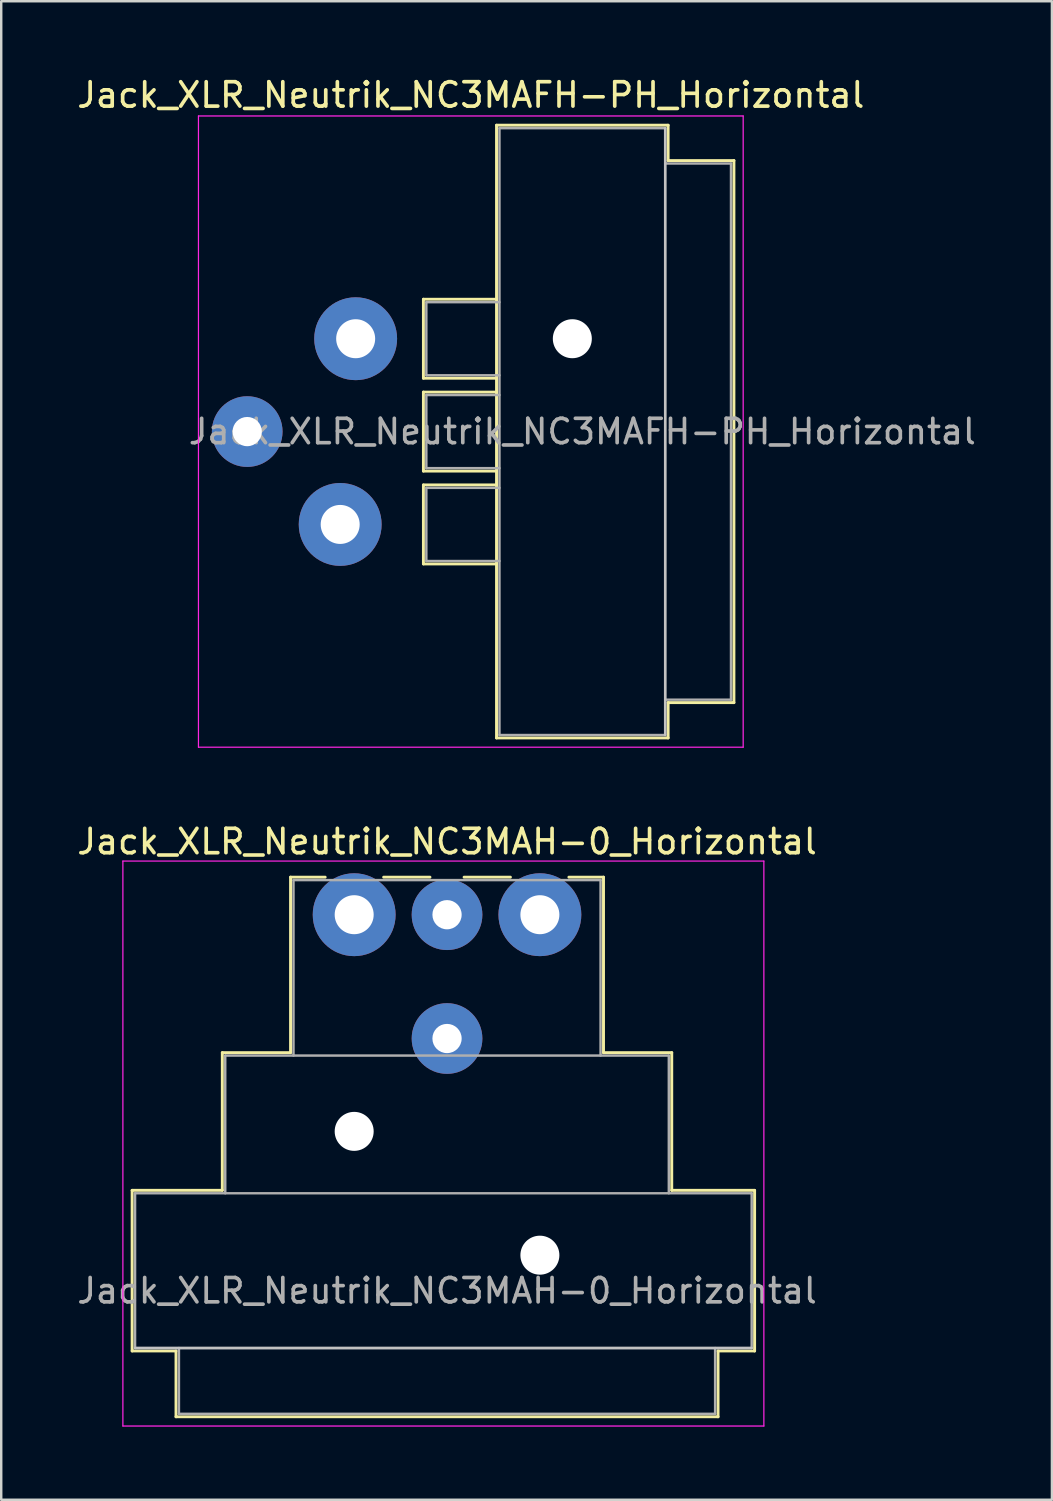
<source format=kicad_pcb>
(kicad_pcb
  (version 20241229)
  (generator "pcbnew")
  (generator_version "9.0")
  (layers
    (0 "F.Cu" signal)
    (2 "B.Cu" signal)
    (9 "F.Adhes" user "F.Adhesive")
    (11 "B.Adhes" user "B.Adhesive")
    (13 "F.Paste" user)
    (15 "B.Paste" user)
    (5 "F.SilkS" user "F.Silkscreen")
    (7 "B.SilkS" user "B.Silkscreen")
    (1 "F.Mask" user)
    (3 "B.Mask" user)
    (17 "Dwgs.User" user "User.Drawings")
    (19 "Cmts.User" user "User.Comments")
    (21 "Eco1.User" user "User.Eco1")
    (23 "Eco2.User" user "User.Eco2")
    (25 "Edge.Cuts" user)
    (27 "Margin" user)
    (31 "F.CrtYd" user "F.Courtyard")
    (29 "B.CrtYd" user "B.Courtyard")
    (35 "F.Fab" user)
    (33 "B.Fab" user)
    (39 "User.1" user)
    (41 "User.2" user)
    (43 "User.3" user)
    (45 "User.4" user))
  (footprint "Jack_XLR_Neutrik_NC3MAFH-PH_Horizontal"
    (layer "F.Cu")
    (at 11.543 10.848)
    (property "Reference" "Jack_XLR_Neutrik_NC3MAFH-PH_Horizontal" (at 4.725 -10 0) (layer "F.SilkS") (effects (font (size 1 1) (thickness 0.15))))
    (attr through_hole)
    (fp_line (start 2.78 -1.62) (end 2.78 1.62) (stroke (width 0.12) (type solid)) (layer "F.SilkS"))
    (fp_line (start 2.78 2.19) (end 2.78 5.43) (stroke (width 0.12) (type solid)) (layer "F.SilkS"))
    (fp_line (start 2.78 6) (end 2.78 9.24) (stroke (width 0.12) (type solid)) (layer "F.SilkS"))
    (fp_line (start 5.78 -1.62) (end 2.78 -1.62) (stroke (width 0.12) (type solid)) (layer "F.SilkS"))
    (fp_line (start 5.78 1.62) (end 2.78 1.62) (stroke (width 0.12) (type solid)) (layer "F.SilkS"))
    (fp_line (start 5.78 2.19) (end 2.78 2.19) (stroke (width 0.12) (type solid)) (layer "F.SilkS"))
    (fp_line (start 5.78 5.43) (end 2.78 5.43) (stroke (width 0.12) (type solid)) (layer "F.SilkS"))
    (fp_line (start 5.78 6) (end 2.78 6) (stroke (width 0.12) (type solid)) (layer "F.SilkS"))
    (fp_line (start 5.78 9.24) (end 2.78 9.24) (stroke (width 0.12) (type solid)) (layer "F.SilkS"))
    (fp_line (start 5.78 16.38) (end 5.78 -8.76) (stroke (width 0.12) (type solid)) (layer "F.SilkS"))
    (fp_line (start 12.82 -8.76) (end 5.78 -8.76) (stroke (width 0.12) (type solid)) (layer "F.SilkS"))
    (fp_line (start 12.82 -8.76) (end 12.82 -7.31) (stroke (width 0.12) (type solid)) (layer "F.SilkS"))
    (fp_line (start 12.82 -7.31) (end 15.52 -7.31) (stroke (width 0.12) (type solid)) (layer "F.SilkS"))
    (fp_line (start 12.82 14.93) (end 12.82 16.38) (stroke (width 0.12) (type solid)) (layer "F.SilkS"))
    (fp_line (start 12.82 14.93) (end 15.52 14.93) (stroke (width 0.12) (type solid)) (layer "F.SilkS"))
    (fp_line (start 12.82 16.38) (end 5.78 16.38) (stroke (width 0.12) (type solid)) (layer "F.SilkS"))
    (fp_line (start 15.52 -7.31) (end 15.52 14.93) (stroke (width 0.12) (type solid)) (layer "F.SilkS"))
    (fp_line (start 12.7 -8.64) (end 12.7 16.26) (stroke (width 0.1) (type solid)) (layer "Dwgs.User"))
    (fp_line (start -6.45 -9.14) (end -6.45 16.76) (stroke (width 0.05) (type solid)) (layer "F.CrtYd"))
    (fp_line (start 15.9 -9.14) (end -6.45 -9.14) (stroke (width 0.05) (type solid)) (layer "F.CrtYd"))
    (fp_line (start 15.9 -9.14) (end 15.9 16.76) (stroke (width 0.05) (type solid)) (layer "F.CrtYd"))
    (fp_line (start 15.9 16.76) (end -6.45 16.76) (stroke (width 0.05) (type solid)) (layer "F.CrtYd"))
    (fp_line (start 2.9 -1.5) (end 2.9 1.5) (stroke (width 0.1) (type solid)) (layer "F.Fab"))
    (fp_line (start 2.9 2.31) (end 2.9 5.31) (stroke (width 0.1) (type solid)) (layer "F.Fab"))
    (fp_line (start 2.9 6.12) (end 2.9 9.12) (stroke (width 0.1) (type solid)) (layer "F.Fab"))
    (fp_line (start 2.9 9.12) (end 5.9 9.12) (stroke (width 0.1) (type solid)) (layer "F.Fab"))
    (fp_line (start 5.9 -8.64) (end 12.7 -8.64) (stroke (width 0.1) (type solid)) (layer "F.Fab"))
    (fp_line (start 5.9 -1.5) (end 2.9 -1.5) (stroke (width 0.1) (type solid)) (layer "F.Fab"))
    (fp_line (start 5.9 1.5) (end 2.9 1.5) (stroke (width 0.1) (type solid)) (layer "F.Fab"))
    (fp_line (start 5.9 2.31) (end 2.9 2.31) (stroke (width 0.1) (type solid)) (layer "F.Fab"))
    (fp_line (start 5.9 5.31) (end 2.9 5.31) (stroke (width 0.1) (type solid)) (layer "F.Fab"))
    (fp_line (start 5.9 6.12) (end 2.9 6.12) (stroke (width 0.1) (type solid)) (layer "F.Fab"))
    (fp_line (start 5.9 16.26) (end 5.9 -8.64) (stroke (width 0.1) (type solid)) (layer "F.Fab"))
    (fp_line (start 12.7 -8.64) (end 12.7 16.26) (stroke (width 0.1) (type solid)) (layer "F.Fab"))
    (fp_line (start 12.7 -7.19) (end 15.4 -7.19) (stroke (width 0.1) (type solid)) (layer "F.Fab"))
    (fp_line (start 12.7 16.26) (end 5.9 16.26) (stroke (width 0.1) (type solid)) (layer "F.Fab"))
    (fp_line (start 15.4 -7.19) (end 15.4 14.81) (stroke (width 0.1) (type solid)) (layer "F.Fab"))
    (fp_line (start 15.4 14.81) (end 12.7 14.81) (stroke (width 0.1) (type solid)) (layer "F.Fab"))
    (fp_text user "${REFERENCE}" (at 9.3 3.81 0) (layer "F.Fab") (effects (font (size 1 1) (thickness 0.15))))
    (pad "" np_thru_hole circle (at 8.89 0) (size 1.6 1.6) (drill 1.6) (layers "*.Cu" "*.Mask"))
    (pad "1" thru_hole circle (at 0 0) (size 3.4 3.4) (drill 1.6) (layers "*.Cu" "*.Mask"))
    (pad "2" thru_hole circle (at -0.635 7.62) (size 3.4 3.4) (drill 1.6) (layers "*.Cu" "*.Mask"))
    (pad "3" thru_hole circle (at -4.45 3.81) (size 2.9 2.9) (drill 1.2) (layers "*.Cu" "*.Mask")))
  (footprint "Jack_XLR_Neutrik_NC3MAH-0_Horizontal"
    (layer "F.Cu")
    (at 11.482 34.481)
    (property "Reference" "Jack_XLR_Neutrik_NC3MAH-0_Horizontal" (at 3.81 -3 0) (layer "F.SilkS") (effects (font (size 1 1) (thickness 0.15))))
    (attr through_hole)
    (fp_line (start -9.11 11.31) (end -5.41 11.31) (stroke (width 0.12) (type solid)) (layer "F.SilkS"))
    (fp_line (start -9.11 17.9) (end -9.11 11.31) (stroke (width 0.12) (type solid)) (layer "F.SilkS"))
    (fp_line (start -7.31 17.9) (end -9.11 17.9) (stroke (width 0.12) (type solid)) (layer "F.SilkS"))
    (fp_line (start -7.31 17.9) (end -7.31 20.6) (stroke (width 0.12) (type solid)) (layer "F.SilkS"))
    (fp_line (start -5.41 11.31) (end -5.41 5.66) (stroke (width 0.12) (type solid)) (layer "F.SilkS"))
    (fp_line (start -2.61 5.66) (end -5.41 5.66) (stroke (width 0.12) (type solid)) (layer "F.SilkS"))
    (fp_line (start -2.61 5.66) (end -2.61 -1.54) (stroke (width 0.12) (type solid)) (layer "F.SilkS"))
    (fp_line (start -1.19 -1.54) (end -2.61 -1.54) (stroke (width 0.12) (type solid)) (layer "F.SilkS"))
    (fp_line (start 3.11 -1.54) (end 1.21 -1.54) (stroke (width 0.12) (type solid)) (layer "F.SilkS"))
    (fp_line (start 4.51 -1.54) (end 6.41 -1.54) (stroke (width 0.12) (type solid)) (layer "F.SilkS"))
    (fp_line (start 10.23 -1.54) (end 8.81 -1.54) (stroke (width 0.12) (type solid)) (layer "F.SilkS"))
    (fp_line (start 10.23 5.66) (end 10.23 -1.54) (stroke (width 0.12) (type solid)) (layer "F.SilkS"))
    (fp_line (start 10.23 5.66) (end 13.03 5.66) (stroke (width 0.12) (type solid)) (layer "F.SilkS"))
    (fp_line (start 13.03 11.31) (end 13.03 5.66) (stroke (width 0.12) (type solid)) (layer "F.SilkS"))
    (fp_line (start 13.03 11.31) (end 16.43 11.31) (stroke (width 0.12) (type solid)) (layer "F.SilkS"))
    (fp_line (start 14.93 17.9) (end 14.93 20.6) (stroke (width 0.12) (type solid)) (layer "F.SilkS"))
    (fp_line (start 14.93 20.6) (end -7.31 20.6) (stroke (width 0.12) (type solid)) (layer "F.SilkS"))
    (fp_line (start 16.43 17.9) (end 14.93 17.9) (stroke (width 0.12) (type solid)) (layer "F.SilkS"))
    (fp_line (start 16.43 17.9) (end 16.43 11.31) (stroke (width 0.12) (type solid)) (layer "F.SilkS"))
    (fp_line (start 16.31 17.78) (end -8.99 17.78) (stroke (width 0.1) (type solid)) (layer "Dwgs.User"))
    (fp_line (start -9.49 20.98) (end -9.49 -2.2) (stroke (width 0.05) (type solid)) (layer "F.CrtYd"))
    (fp_line (start 16.81 -2.2) (end -9.49 -2.2) (stroke (width 0.05) (type solid)) (layer "F.CrtYd"))
    (fp_line (start 16.81 20.98) (end -9.49 20.98) (stroke (width 0.05) (type solid)) (layer "F.CrtYd"))
    (fp_line (start 16.81 20.98) (end 16.81 -2.2) (stroke (width 0.05) (type solid)) (layer "F.CrtYd"))
    (fp_line (start -8.99 11.43) (end 16.31 11.43) (stroke (width 0.1) (type solid)) (layer "F.Fab"))
    (fp_line (start -8.99 17.78) (end -8.99 11.43) (stroke (width 0.1) (type solid)) (layer "F.Fab"))
    (fp_line (start -7.19 20.48) (end -7.19 17.78) (stroke (width 0.1) (type solid)) (layer "F.Fab"))
    (fp_line (start -5.29 5.78) (end -5.29 11.43) (stroke (width 0.1) (type solid)) (layer "F.Fab"))
    (fp_line (start -5.29 5.78) (end 12.91 5.78) (stroke (width 0.1) (type solid)) (layer "F.Fab"))
    (fp_line (start -2.49 5.78) (end -2.49 -1.42) (stroke (width 0.1) (type solid)) (layer "F.Fab"))
    (fp_line (start 10.11 -1.42) (end -2.49 -1.42) (stroke (width 0.1) (type solid)) (layer "F.Fab"))
    (fp_line (start 10.11 5.78) (end 10.11 -1.42) (stroke (width 0.1) (type solid)) (layer "F.Fab"))
    (fp_line (start 12.91 11.43) (end 12.91 5.78) (stroke (width 0.1) (type solid)) (layer "F.Fab"))
    (fp_line (start 14.81 17.78) (end 14.81 20.48) (stroke (width 0.1) (type solid)) (layer "F.Fab"))
    (fp_line (start 14.81 20.48) (end -7.19 20.48) (stroke (width 0.1) (type solid)) (layer "F.Fab"))
    (fp_line (start 16.31 11.43) (end 16.31 17.78) (stroke (width 0.1) (type solid)) (layer "F.Fab"))
    (fp_line (start 16.31 17.78) (end -8.99 17.78) (stroke (width 0.1) (type solid)) (layer "F.Fab"))
    (fp_text user "${REFERENCE}" (at 3.81 15.43 0) (layer "F.Fab") (effects (font (size 1 1) (thickness 0.15))))
    (pad "" np_thru_hole circle (at 0 8.89) (size 1.6 1.6) (drill 1.6) (layers "*.Cu" "*.Mask"))
    (pad "" np_thru_hole circle (at 7.62 13.97) (size 1.6 1.6) (drill 1.6) (layers "*.Cu" "*.Mask"))
    (pad "1" thru_hole circle (at 0 0) (size 3.4 3.4) (drill 1.6) (layers "*.Cu" "*.Mask"))
    (pad "2" thru_hole circle (at 7.62 0) (size 3.4 3.4) (drill 1.6) (layers "*.Cu" "*.Mask"))
    (pad "3" thru_hole circle (at 3.81 0) (size 2.9 2.9) (drill 1.2) (layers "*.Cu" "*.Mask"))
    (pad "G" thru_hole circle (at 3.81 5.08) (size 2.9 2.9) (drill 1.2) (layers "*.Cu" "*.Mask")))
  (gr_rect
    (start -3 -3)
    (end 40.111 58.486)
    (stroke (width 0.1) (type default))
    (fill no)
    (layer "Edge.Cuts")))
</source>
